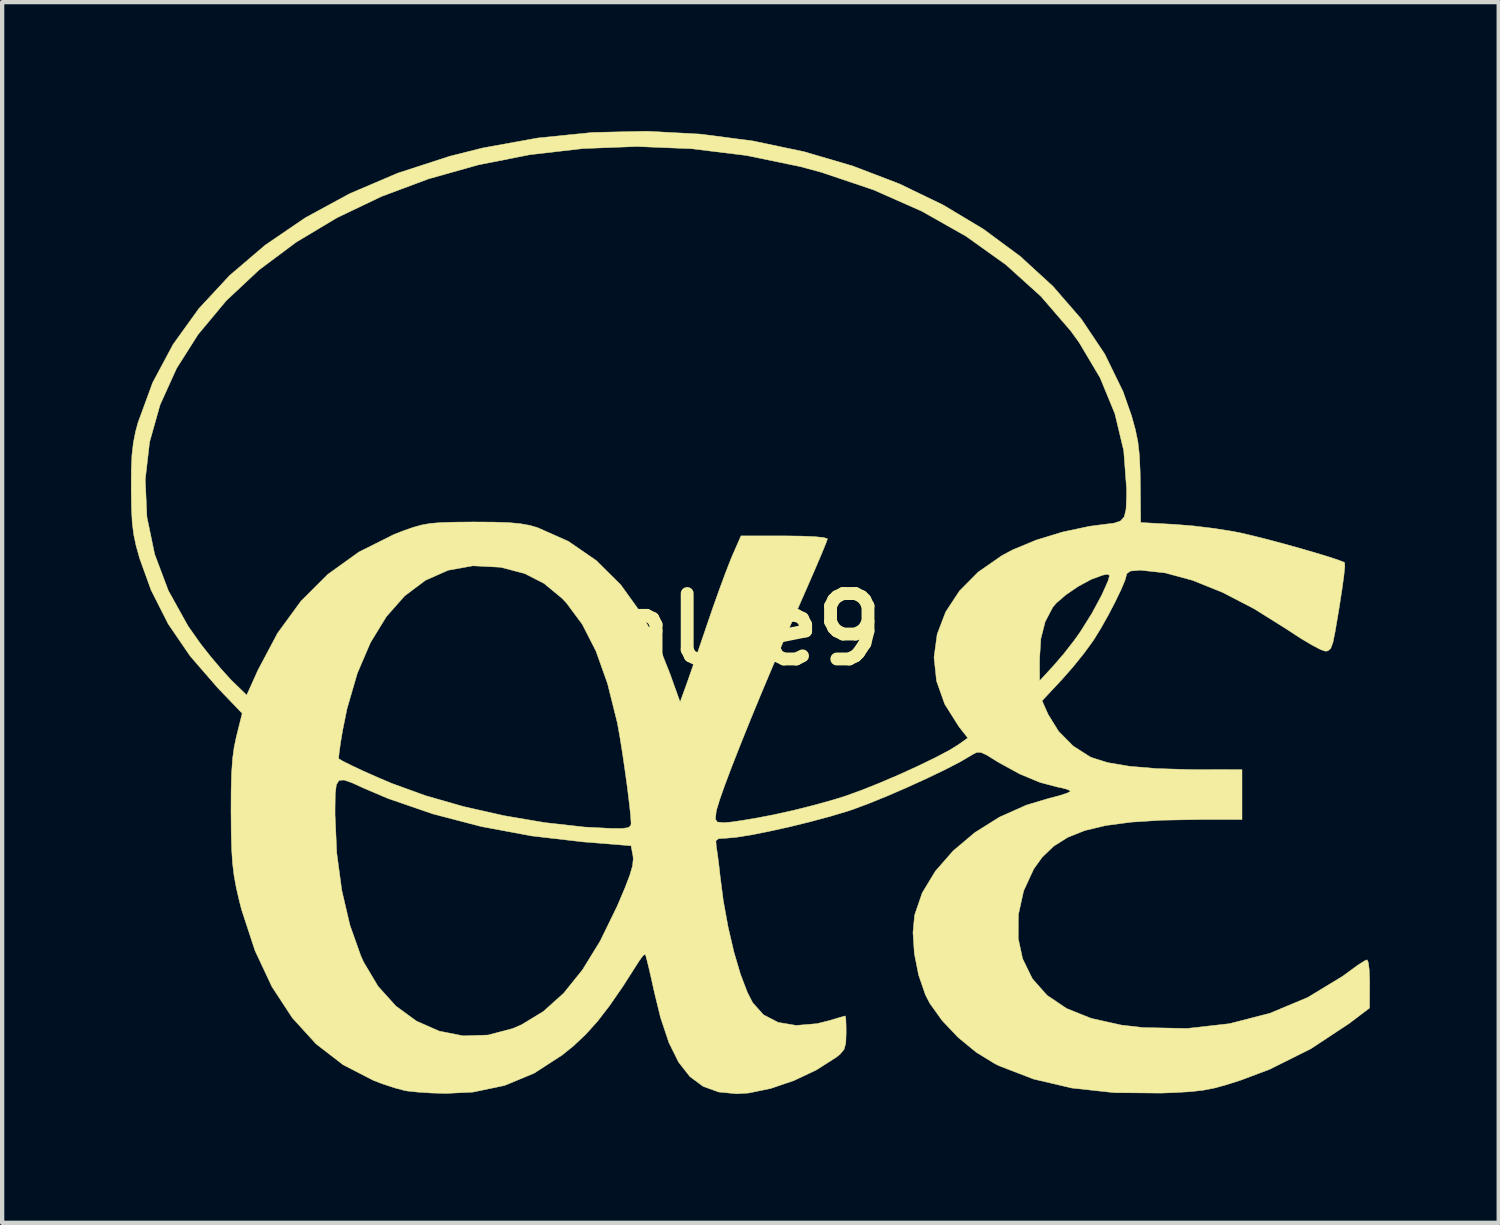
<source format=kicad_pcb>
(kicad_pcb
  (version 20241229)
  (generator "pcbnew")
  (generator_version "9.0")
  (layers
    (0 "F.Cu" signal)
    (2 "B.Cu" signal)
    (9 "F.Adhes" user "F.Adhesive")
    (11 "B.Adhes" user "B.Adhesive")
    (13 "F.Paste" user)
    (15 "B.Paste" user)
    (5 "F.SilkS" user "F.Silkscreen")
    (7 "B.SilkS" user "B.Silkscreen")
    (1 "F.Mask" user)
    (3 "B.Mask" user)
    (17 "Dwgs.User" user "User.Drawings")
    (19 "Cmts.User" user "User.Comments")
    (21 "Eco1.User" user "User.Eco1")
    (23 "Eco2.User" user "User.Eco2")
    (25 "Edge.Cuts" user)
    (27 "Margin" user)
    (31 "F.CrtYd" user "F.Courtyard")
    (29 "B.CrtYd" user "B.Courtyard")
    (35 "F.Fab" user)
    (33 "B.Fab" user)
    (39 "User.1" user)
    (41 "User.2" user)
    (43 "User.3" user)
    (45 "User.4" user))
  (footprint "alee9"
    (layer "F.Cu")
    (at 14.329 11.604)
    (property "Reference" "alee9" (at 0 0 0) (layer "F.SilkS") (effects (font (size 1.524 1.524) (thickness 0.3))))
    (attr through_hole)
    (fp_poly (pts (xy -1.065 -11.531) (xy 0.157 -11.371) (xy 1.342 -11.122) (xy 2.48 -10.788) (xy 3.561 -10.374) (xy 4.578 -9.883) (xy 5.518 -9.319) (xy 6.375 -8.686) (xy 7.138 -7.987) (xy 7.797 -7.227) (xy 8.344 -6.41) (xy 8.769 -5.538) (xy 8.968 -4.971) (xy 9.057 -4.648) (xy 9.116 -4.359) (xy 9.15 -4.055) (xy 9.167 -3.685) (xy 9.172 -3.403) (xy 9.18 -2.488) (xy 9.979 -2.444) (xy 10.408 -2.409) (xy 10.88 -2.352) (xy 11.32 -2.283) (xy 11.487 -2.25) (xy 11.766 -2.186) (xy 12.107 -2.101) (xy 12.482 -2.001) (xy 12.864 -1.895) (xy 13.225 -1.79) (xy 13.539 -1.695) (xy 13.776 -1.617) (xy 13.91 -1.565) (xy 13.928 -1.554) (xy 13.933 -1.466) (xy 13.911 -1.249) (xy 13.865 -0.913) (xy 13.796 -0.471) (xy 13.707 0.054) (xy 13.656 0.306) (xy 13.604 0.445) (xy 13.536 0.501) (xy 13.48 0.508) (xy 13.366 0.469) (xy 13.162 0.361) (xy 12.895 0.202) (xy 12.596 0.006) (xy 12.575 -0.008) (xy 11.821 -0.48) (xy 11.088 -0.86) (xy 10.393 -1.14) (xy 9.75 -1.315) (xy 9.175 -1.378) (xy 9.162 -1.378) (xy 8.942 -1.358) (xy 8.855 -1.297) (xy 8.854 -1.286) (xy 8.819 -1.154) (xy 8.725 -0.929) (xy 8.589 -0.646) (xy 8.427 -0.335) (xy 8.255 -0.029) (xy 8.09 0.239) (xy 8.055 0.29) (xy 7.856 0.562) (xy 7.604 0.874) (xy 7.35 1.164) (xy 7.321 1.195) (xy 6.884 1.662) (xy 7.025 1.98) (xy 7.268 2.373) (xy 7.609 2.717) (xy 8.003 2.968) (xy 8.046 2.987) (xy 8.417 3.103) (xy 8.918 3.187) (xy 9.553 3.241) (xy 10.325 3.264) (xy 10.541 3.265) (xy 11.539 3.266) (xy 11.539 4.427) (xy 10.505 4.428) (xy 9.669 4.443) (xy 8.962 4.488) (xy 8.371 4.566) (xy 7.881 4.683) (xy 7.48 4.843) (xy 7.153 5.049) (xy 6.887 5.305) (xy 6.691 5.577) (xy 6.455 6.087) (xy 6.333 6.639) (xy 6.329 7.196) (xy 6.43 7.667) (xy 6.658 8.134) (xy 7 8.52) (xy 7.457 8.828) (xy 8.033 9.058) (xy 8.73 9.213) (xy 9.232 9.271) (xy 10.259 9.292) (xy 11.248 9.18) (xy 12.188 8.938) (xy 13.07 8.569) (xy 13.884 8.075) (xy 14.046 7.956) (xy 14.239 7.815) (xy 14.389 7.72) (xy 14.452 7.693) (xy 14.481 7.759) (xy 14.502 7.936) (xy 14.511 8.188) (xy 14.511 8.255) (xy 14.508 8.817) (xy 14.028 9.18) (xy 13.14 9.766) (xy 12.177 10.246) (xy 11.514 10.495) (xy 11.174 10.604) (xy 10.896 10.68) (xy 10.636 10.73) (xy 10.352 10.763) (xy 9.999 10.784) (xy 9.656 10.797) (xy 8.565 10.787) (xy 7.577 10.679) (xy 6.687 10.471) (xy 5.891 10.165) (xy 5.783 10.112) (xy 5.349 9.845) (xy 4.928 9.499) (xy 4.558 9.109) (xy 4.272 8.71) (xy 4.169 8.512) (xy 4.01 8.051) (xy 3.91 7.548) (xy 3.878 7.058) (xy 3.916 6.653) (xy 4.094 6.133) (xy 4.399 5.63) (xy 4.812 5.158) (xy 5.315 4.733) (xy 5.89 4.372) (xy 6.519 4.091) (xy 7.034 3.937) (xy 7.283 3.872) (xy 7.466 3.813) (xy 7.546 3.771) (xy 7.547 3.768) (xy 7.483 3.728) (xy 7.322 3.685) (xy 7.247 3.672) (xy 6.835 3.563) (xy 6.365 3.367) (xy 5.88 3.102) (xy 5.812 3.06) (xy 5.597 2.927) (xy 5.461 2.864) (xy 5.364 2.863) (xy 5.264 2.914) (xy 5.232 2.934) (xy 4.979 3.083) (xy 4.623 3.267) (xy 4.197 3.471) (xy 3.735 3.682) (xy 3.27 3.883) (xy 2.834 4.06) (xy 2.461 4.198) (xy 2.359 4.232) (xy 1.944 4.356) (xy 1.481 4.48) (xy 1.002 4.598) (xy 0.536 4.701) (xy 0.115 4.785) (xy -0.23 4.84) (xy -0.469 4.862) (xy -0.479 4.862) (xy -0.649 4.872) (xy -0.711 4.922) (xy -0.702 5.047) (xy -0.7 5.062) (xy -0.672 5.245) (xy -0.639 5.505) (xy -0.618 5.697) (xy -0.538 6.317) (xy -0.426 6.932) (xy -0.291 7.512) (xy -0.139 8.028) (xy 0.022 8.451) (xy 0.145 8.691) (xy 0.398 8.974) (xy 0.741 9.151) (xy 1.16 9.221) (xy 1.642 9.18) (xy 1.93 9.108) (xy 2.135 9.047) (xy 2.272 9.008) (xy 2.304 9) (xy 2.314 9.065) (xy 2.321 9.234) (xy 2.322 9.394) (xy 2.314 9.633) (xy 2.273 9.781) (xy 2.178 9.894) (xy 2.086 9.967) (xy 1.628 10.259) (xy 1.107 10.505) (xy 0.567 10.689) (xy 0.055 10.795) (xy -0.222 10.813) (xy -0.646 10.772) (xy -1.008 10.641) (xy -1.317 10.412) (xy -1.58 10.076) (xy -1.805 9.621) (xy -1.999 9.04) (xy -2.142 8.456) (xy -2.216 8.12) (xy -2.281 7.841) (xy -2.33 7.645) (xy -2.356 7.562) (xy -2.356 7.562) (xy -2.408 7.597) (xy -2.498 7.72) (xy -2.511 7.741) (xy -2.868 8.3) (xy -3.18 8.753) (xy -3.464 9.122) (xy -3.741 9.43) (xy -4.028 9.7) (xy -4.289 9.911) (xy -4.942 10.334) (xy -5.63 10.62) (xy -6.367 10.774) (xy -7 10.805) (xy -7.336 10.795) (xy -7.654 10.774) (xy -7.898 10.748) (xy -7.951 10.739) (xy -8.181 10.678) (xy -8.471 10.583) (xy -8.686 10.501) (xy -9.39 10.138) (xy -10.02 9.652) (xy -10.573 9.045) (xy -11.047 8.321) (xy -11.441 7.482) (xy -11.753 6.531) (xy -11.809 6.314) (xy -11.88 6.005) (xy -11.93 5.729) (xy -11.964 5.449) (xy -11.985 5.129) (xy -11.996 4.734) (xy -11.999 4.318) (xy -9.578 4.318) (xy -9.538 5.21) (xy -9.421 6.077) (xy -9.232 6.885) (xy -8.978 7.601) (xy -8.912 7.747) (xy -8.577 8.31) (xy -8.162 8.77) (xy -7.682 9.12) (xy -7.154 9.353) (xy -6.593 9.464) (xy -6.016 9.445) (xy -5.437 9.292) (xy -5.234 9.204) (xy -4.727 8.895) (xy -4.257 8.473) (xy -3.818 7.928) (xy -3.404 7.255) (xy -3.009 6.445) (xy -2.989 6.398) (xy -2.821 6.002) (xy -2.711 5.711) (xy -2.651 5.501) (xy -2.635 5.347) (xy -2.642 5.271) (xy -2.686 5.038) (xy -3.792 4.949) (xy -4.996 4.81) (xy -6.177 4.59) (xy -7.303 4.296) (xy -8.343 3.938) (xy -8.902 3.7) (xy -9.18 3.573) (xy -9.369 3.507) (xy -9.486 3.517) (xy -9.548 3.619) (xy -9.573 3.829) (xy -9.578 4.162) (xy -9.578 4.318) (xy -11.999 4.318) (xy -12 4.282) (xy -11.998 3.756) (xy -11.987 3.345) (xy -11.964 3.019) (xy -11.961 2.991) (xy -9.494 2.991) (xy -9.492 3.011) (xy -9.39 3.072) (xy -9.184 3.174) (xy -8.907 3.304) (xy -8.589 3.445) (xy -8.262 3.584) (xy -8.258 3.586) (xy -7.472 3.871) (xy -6.587 4.125) (xy -5.646 4.337) (xy -4.694 4.499) (xy -3.773 4.602) (xy -3.139 4.635) (xy -2.888 4.635) (xy -2.75 4.615) (xy -2.693 4.568) (xy -2.685 4.515) (xy -2.696 4.336) (xy -2.727 4.05) (xy -2.771 3.69) (xy -2.826 3.293) (xy -2.884 2.893) (xy -2.943 2.525) (xy -2.996 2.225) (xy -3.011 2.153) (xy -3.233 1.264) (xy -3.502 0.508) (xy -3.821 -0.117) (xy -4.19 -0.615) (xy -4.299 -0.729) (xy -4.713 -1.07) (xy -5.161 -1.299) (xy -5.69 -1.438) (xy -5.748 -1.448) (xy -6.366 -1.48) (xy -6.943 -1.377) (xy -7.474 -1.142) (xy -7.956 -0.78) (xy -8.384 -0.296) (xy -8.753 0.307) (xy -9.059 1.022) (xy -9.299 1.846) (xy -9.401 2.349) (xy -9.449 2.635) (xy -9.481 2.86) (xy -9.494 2.991) (xy -11.961 2.991) (xy -11.928 2.747) (xy -11.876 2.499) (xy -11.872 2.484) (xy -11.74 1.956) (xy -12.312 1.359) (xy -12.952 0.621) (xy -13.463 -0.127) (xy -13.86 -0.912) (xy -14.126 -1.647) (xy -14.209 -1.942) (xy -14.265 -2.204) (xy -14.3 -2.478) (xy -14.317 -2.806) (xy -14.324 -3.232) (xy -14.324 -3.266) (xy -14.323 -3.489) (xy -13.997 -3.489) (xy -13.958 -2.615) (xy -13.778 -1.75) (xy -13.459 -0.902) (xy -13.001 -0.078) (xy -12.71 0.335) (xy -12.48 0.627) (xy -12.237 0.915) (xy -12.024 1.151) (xy -11.956 1.219) (xy -11.635 1.531) (xy -11.373 0.949) (xy -10.917 0.089) (xy -10.374 -0.655) (xy -9.743 -1.284) (xy -9.022 -1.802) (xy -8.207 -2.21) (xy -7.983 -2.297) (xy -7.758 -2.376) (xy -7.561 -2.431) (xy -7.358 -2.467) (xy -7.113 -2.487) (xy -6.793 -2.497) (xy -6.363 -2.501) (xy -6.35 -2.501) (xy -5.884 -2.498) (xy -5.531 -2.486) (xy -5.262 -2.461) (xy -5.045 -2.422) (xy -4.862 -2.369) (xy -4.144 -2.05) (xy -3.499 -1.606) (xy -2.926 -1.038) (xy -2.428 -0.346) (xy -2.004 0.469) (xy -1.779 1.035) (xy -1.544 1.691) (xy -1.428 1.372) (xy -1.364 1.194) (xy -1.266 0.911) (xy -1.142 0.552) (xy -1.005 0.151) (xy -0.917 -0.109) (xy -0.77 -0.536) (xy -0.621 -0.953) (xy -0.484 -1.323) (xy -0.372 -1.612) (xy -0.325 -1.724) (xy -0.126 -2.177) (xy 0.88 -2.177) (xy 1.277 -2.172) (xy 1.59 -2.159) (xy 1.799 -2.138) (xy 1.886 -2.111) (xy 1.887 -2.108) (xy 1.859 -2.025) (xy 1.779 -1.828) (xy 1.656 -1.536) (xy 1.497 -1.168) (xy 1.311 -0.743) (xy 1.153 -0.384) (xy 0.875 0.247) (xy 0.601 0.887) (xy 0.335 1.518) (xy 0.086 2.123) (xy -0.141 2.687) (xy -0.339 3.191) (xy -0.501 3.621) (xy -0.62 3.958) (xy -0.69 4.187) (xy -0.704 4.248) (xy -0.722 4.416) (xy -0.679 4.485) (xy -0.54 4.499) (xy -0.508 4.499) (xy -0.347 4.485) (xy -0.081 4.446) (xy 0.255 4.389) (xy 0.624 4.318) (xy 0.644 4.314) (xy 1.087 4.216) (xy 1.568 4.095) (xy 2.021 3.969) (xy 2.308 3.88) (xy 2.686 3.743) (xy 3.115 3.571) (xy 3.566 3.378) (xy 4.006 3.177) (xy 4.403 2.984) (xy 4.726 2.814) (xy 4.936 2.684) (xy 5.155 2.528) (xy 4.946 2.262) (xy 4.617 1.74) (xy 4.426 1.2) (xy 4.373 0.695) (xy 6.825 0.695) (xy 6.825 0.726) (xy 6.827 1.197) (xy 7.159 0.837) (xy 7.391 0.567) (xy 7.63 0.26) (xy 7.763 0.075) (xy 8.042 -0.369) (xy 8.276 -0.804) (xy 8.42 -1.128) (xy 8.456 -1.254) (xy 8.407 -1.284) (xy 8.29 -1.261) (xy 8.028 -1.164) (xy 7.728 -1.002) (xy 7.441 -0.807) (xy 7.214 -0.612) (xy 7.131 -0.512) (xy 6.955 -0.175) (xy 6.856 0.214) (xy 6.825 0.695) (xy 4.373 0.695) (xy 4.368 0.653) (xy 4.441 0.113) (xy 4.639 -0.406) (xy 4.96 -0.894) (xy 5.398 -1.336) (xy 5.951 -1.72) (xy 6.205 -1.855) (xy 6.746 -2.079) (xy 7.364 -2.268) (xy 7.99 -2.401) (xy 8.322 -2.444) (xy 8.557 -2.473) (xy 8.709 -2.523) (xy 8.797 -2.622) (xy 8.839 -2.797) (xy 8.851 -3.076) (xy 8.852 -3.266) (xy 8.785 -4.16) (xy 8.579 -5.023) (xy 8.234 -5.86) (xy 7.747 -6.679) (xy 7.551 -6.95) (xy 6.857 -7.754) (xy 6.042 -8.49) (xy 5.114 -9.153) (xy 4.084 -9.736) (xy 2.96 -10.233) (xy 1.753 -10.64) (xy 1.259 -10.774) (xy -0.005 -11.035) (xy -1.278 -11.191) (xy -2.549 -11.243) (xy -3.807 -11.195) (xy -5.042 -11.052) (xy -6.243 -10.815) (xy -7.398 -10.49) (xy -8.496 -10.08) (xy -9.528 -9.587) (xy -10.482 -9.016) (xy -11.347 -8.37) (xy -12.112 -7.653) (xy -12.766 -6.868) (xy -13.267 -6.078) (xy -13.652 -5.228) (xy -13.896 -4.362) (xy -13.997 -3.489) (xy -14.323 -3.489) (xy -14.322 -3.715) (xy -14.307 -4.06) (xy -14.274 -4.345) (xy -14.221 -4.611) (xy -14.167 -4.811) (xy -13.824 -5.747) (xy -13.349 -6.635) (xy -12.75 -7.468) (xy -12.032 -8.241) (xy -11.203 -8.948) (xy -10.269 -9.585) (xy -9.238 -10.145) (xy -8.116 -10.624) (xy -6.909 -11.016) (xy -6.141 -11.209) (xy -4.863 -11.441) (xy -3.585 -11.57) (xy -2.316 -11.599) (xy -1.065 -11.531)) (stroke (width 0.01) (type solid)) (fill yes) (layer "F.SilkS")))
  (gr_rect
    (start -3 -3)
    (end 31.845 25.422)
    (stroke (width 0.1) (type default))
    (fill no)
    (layer "Edge.Cuts")))
</source>
